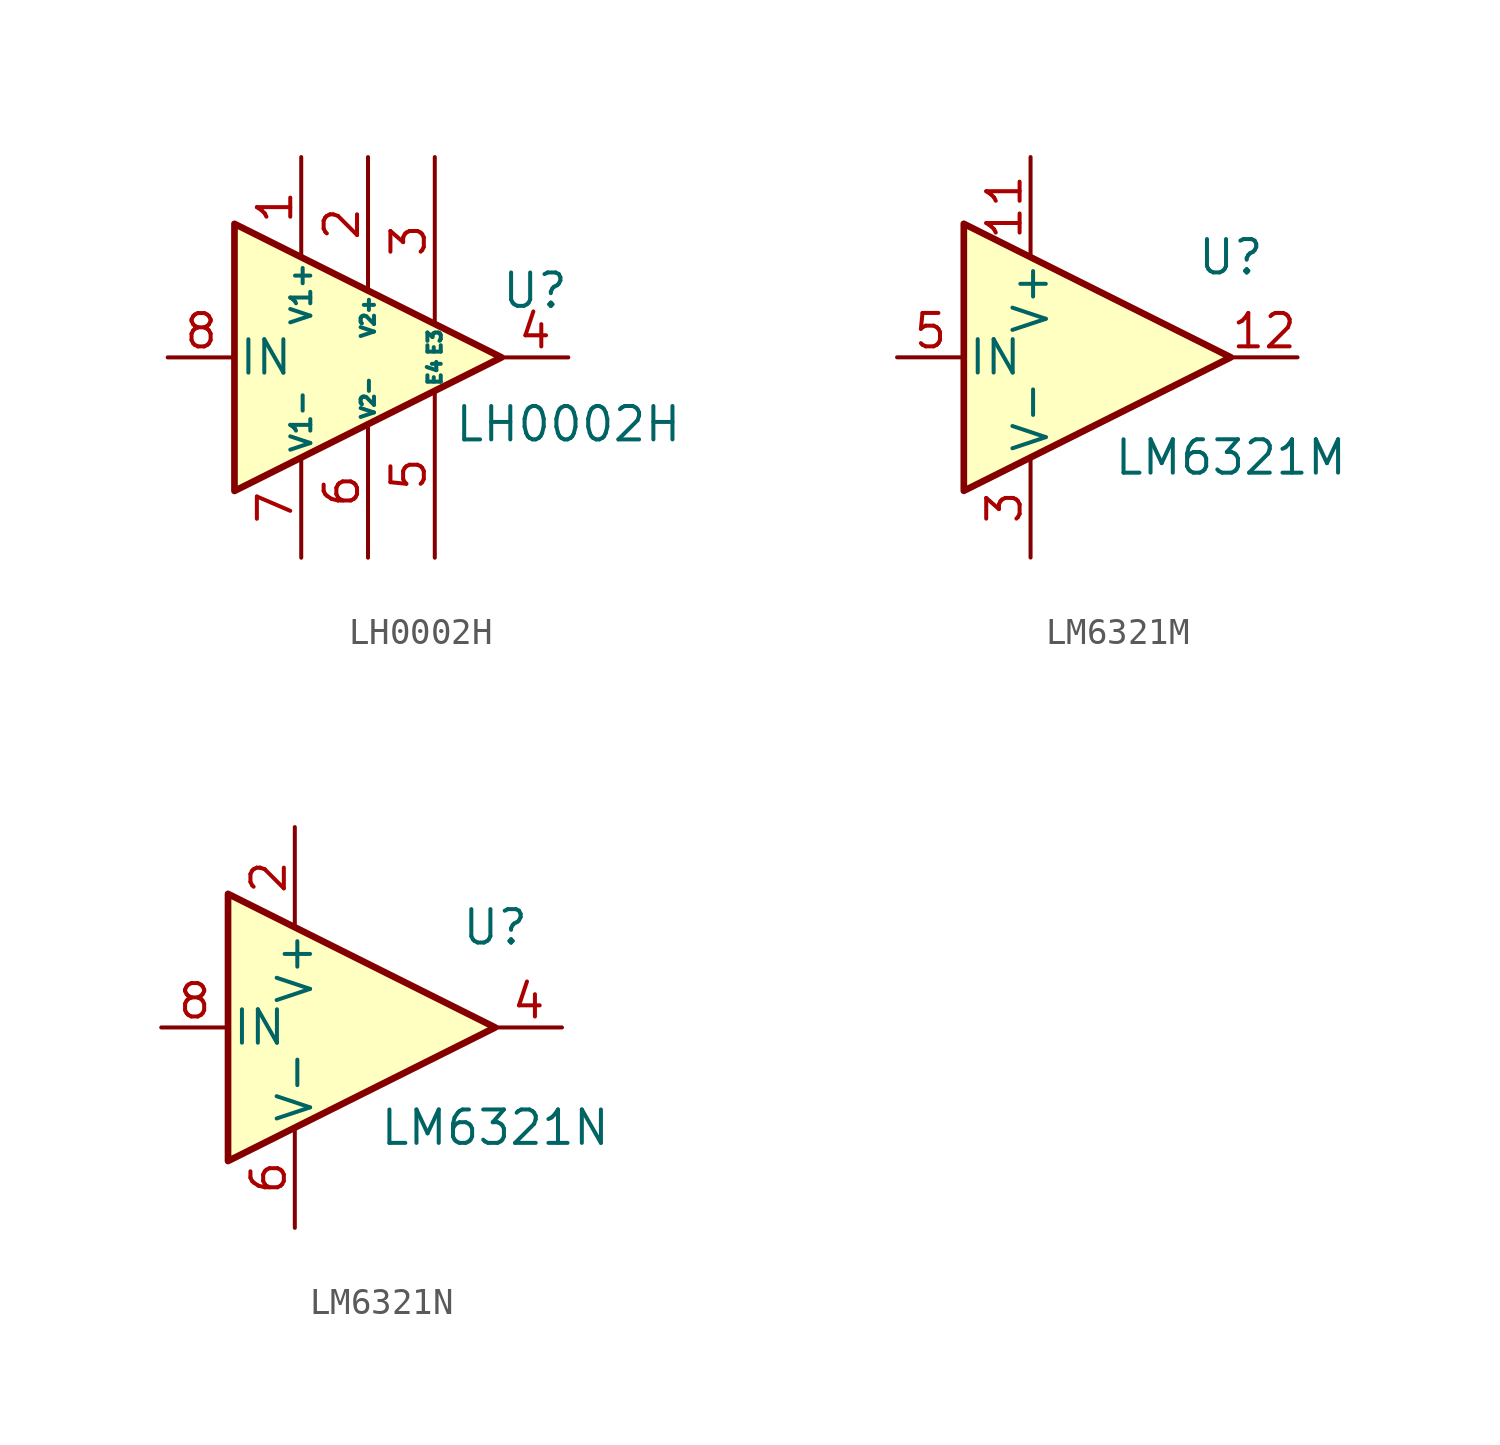
<source format=kicad_sym>
(kicad_symbol_lib
  (version 20231120)
  (generator "kicad_symbol_editor")
  (generator_version "8.0")
  (symbol "LH0002H"
    (pin_names
      (offset 0.127))
    (property "Reference" "U"
      (at 6.35 2.54 0)
      (effects (font (size 1.27 1.27))))
    (property "Value" "LH0002H"
      (at 7.62 -2.54 0)
      (effects (font (size 1.27 1.27))))
    (symbol "LH0002H_0_1"
      (polyline (pts (xy 5.08 0) (xy -5.08 5.08) (xy -5.08 -5.08) (xy 5.08 0)) (stroke (width 0.254) (type default)) (fill (type background))))
    (symbol "LH0002H_1_1"
      (pin power_in line (at -2.54 7.62 270) (length 3.81) (name "V1+" (effects (font (size 0.762 0.762)))) (number "1" (effects (font (size 1.27 1.27)))))
      (pin power_in line (at 0 7.62 270) (length 5.08) (name "V2+" (effects (font (size 0.508 0.508)))) (number "2" (effects (font (size 1.27 1.27)))))
      (pin passive line (at 2.54 7.62 270) (length 6.35) (name "E3" (effects (font (size 0.508 0.508)))) (number "3" (effects (font (size 1.27 1.27)))))
      (pin output line (at 7.62 0 180) (length 2.54) (name "~" (effects (font (size 1.27 1.27)))) (number "4" (effects (font (size 1.27 1.27)))))
      (pin passive line (at 2.54 -7.62 90) (length 6.35) (name "E4" (effects (font (size 0.508 0.508)))) (number "5" (effects (font (size 1.27 1.27)))))
      (pin power_in line (at 0 -7.62 90) (length 5.08) (name "V2-" (effects (font (size 0.508 0.508)))) (number "6" (effects (font (size 1.27 1.27)))))
      (pin power_in line (at -2.54 -7.62 90) (length 3.81) (name "V1-" (effects (font (size 0.762 0.762)))) (number "7" (effects (font (size 1.27 1.27)))))
      (pin input line (at -7.62 0 0) (length 2.54) (name "IN" (effects (font (size 1.27 1.27)))) (number "8" (effects (font (size 1.27 1.27)))))))
  (symbol "LM6321M"
    (pin_names
      (offset 0.127))
    (property "Reference" "U"
      (at 5.08 3.81 0)
      (effects (font (size 1.27 1.27))))
    (property "Value" "LM6321M"
      (at 5.08 -3.81 0)
      (effects (font (size 1.27 1.27))))
    (symbol "LM6321M_0_1"
      (polyline (pts (xy 5.08 0) (xy -5.08 5.08) (xy -5.08 -5.08) (xy 5.08 0)) (stroke (width 0.254) (type default)) (fill (type background))))
    (symbol "LM6321M_1_1"
      (pin passive line (at -2.54 -7.62 90) (length 3.81) hide (name "V-" (effects (font (size 1.27 1.27)))) (number "1" (effects (font (size 1.27 1.27)))))
      (pin no_connect line (at 0 -2.54 90) (length 2.54) hide (name "NC" (effects (font (size 1.27 1.27)))) (number "10" (effects (font (size 1.27 1.27)))))
      (pin power_in line (at -2.54 7.62 270) (length 3.81) (name "V+" (effects (font (size 1.27 1.27)))) (number "11" (effects (font (size 1.27 1.27)))))
      (pin output line (at 7.62 0 180) (length 2.54) (name "~" (effects (font (size 1.27 1.27)))) (number "12" (effects (font (size 1.27 1.27)))))
      (pin passive line (at -2.54 -7.62 90) (length 3.81) hide (name "V-" (effects (font (size 1.27 1.27)))) (number "13" (effects (font (size 1.27 1.27)))))
      (pin passive line (at -2.54 -7.62 90) (length 3.81) hide (name "V-" (effects (font (size 1.27 1.27)))) (number "14" (effects (font (size 1.27 1.27)))))
      (pin passive line (at -2.54 -7.62 90) (length 3.81) hide (name "V-" (effects (font (size 1.27 1.27)))) (number "2" (effects (font (size 1.27 1.27)))))
      (pin power_in line (at -2.54 -7.62 90) (length 3.81) (name "V-" (effects (font (size 1.27 1.27)))) (number "3" (effects (font (size 1.27 1.27)))))
      (pin no_connect line (at 0 2.54 270) (length 2.54) hide (name "NC" (effects (font (size 1.27 1.27)))) (number "4" (effects (font (size 1.27 1.27)))))
      (pin input line (at -7.62 0 0) (length 2.54) (name "IN" (effects (font (size 1.27 1.27)))) (number "5" (effects (font (size 1.27 1.27)))))
      (pin passive line (at -2.54 -7.62 90) (length 3.81) hide (name "V-" (effects (font (size 1.27 1.27)))) (number "6" (effects (font (size 1.27 1.27)))))
      (pin passive line (at -2.54 -7.62 90) (length 3.81) hide (name "V-" (effects (font (size 1.27 1.27)))) (number "7" (effects (font (size 1.27 1.27)))))
      (pin passive line (at -2.54 -7.62 90) (length 3.81) hide (name "V-" (effects (font (size 1.27 1.27)))) (number "8" (effects (font (size 1.27 1.27)))))
      (pin passive line (at -2.54 -7.62 90) (length 3.81) hide (name "V-" (effects (font (size 1.27 1.27)))) (number "9" (effects (font (size 1.27 1.27)))))))
  (symbol "LM6321N"
    (pin_names
      (offset 0.127))
    (property "Reference" "U"
      (at 5.08 3.81 0)
      (effects (font (size 1.27 1.27))))
    (property "Value" "LM6321N"
      (at 5.08 -3.81 0)
      (effects (font (size 1.27 1.27))))
    (symbol "LM6321N_0_1"
      (polyline (pts (xy 5.08 0) (xy -5.08 5.08) (xy -5.08 -5.08) (xy 5.08 0)) (stroke (width 0.254) (type default)) (fill (type background))))
    (symbol "LM6321N_1_1"
      (pin no_connect line (at -2.54 -2.54 90) (length 2.54) hide (name "NC" (effects (font (size 1.27 1.27)))) (number "1" (effects (font (size 1.27 1.27)))))
      (pin power_in line (at -2.54 7.62 270) (length 3.81) (name "V+" (effects (font (size 1.27 1.27)))) (number "2" (effects (font (size 1.27 1.27)))))
      (pin no_connect line (at 0 -2.54 90) (length 2.54) hide (name "NC" (effects (font (size 1.27 1.27)))) (number "3" (effects (font (size 1.27 1.27)))))
      (pin output line (at 7.62 0 180) (length 2.54) (name "~" (effects (font (size 1.27 1.27)))) (number "4" (effects (font (size 1.27 1.27)))))
      (pin no_connect line (at -2.54 2.54 270) (length 2.54) hide (name "NC" (effects (font (size 1.27 1.27)))) (number "5" (effects (font (size 1.27 1.27)))))
      (pin power_in line (at -2.54 -7.62 90) (length 3.81) (name "V-" (effects (font (size 1.27 1.27)))) (number "6" (effects (font (size 1.27 1.27)))))
      (pin no_connect line (at 0 2.54 270) (length 2.54) hide (name "NC" (effects (font (size 1.27 1.27)))) (number "7" (effects (font (size 1.27 1.27)))))
      (pin input line (at -7.62 0 0) (length 2.54) (name "IN" (effects (font (size 1.27 1.27)))) (number "8" (effects (font (size 1.27 1.27))))))))
</source>
